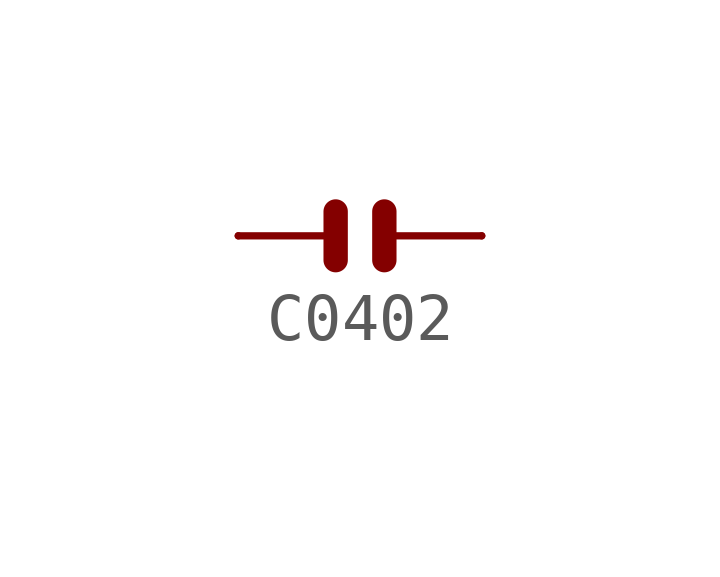
<source format=kicad_sym>
(kicad_symbol_lib
  (version 20231120)
  (generator "kicad_symbol_editor")
  (generator_version "8.0")
  (symbol "C0402"
    (property "Reference" ""
      (at -0.99 0.686 0)
      (effects (font (size 1.016 0.864)) (justify left bottom) (hide yes)))
    (property "ki_locked" ""
      (at 0 0 0)
      (effects (font (size 1.27 1.27))))
    (symbol "C0402_1_0"
      (polyline (pts (xy -2.54 0) (xy -0.635 0)) (stroke (width 0.152) (type solid)) (fill (type none)))
      (polyline (pts (xy -0.508 0.508) (xy -0.508 -0.508)) (stroke (width 0.508) (type solid)) (fill (type none)))
      (polyline (pts (xy 0.508 -0.508) (xy 0.508 0.508)) (stroke (width 0.508) (type solid)) (fill (type none)))
      (polyline (pts (xy 2.54 0) (xy 0.635 0)) (stroke (width 0.152) (type solid)) (fill (type none)))
      (pin passive line (at -2.54 0 0) (length 0) (name "1" (effects (font (size 0 0)))) (number "1" (effects (font (size 0 0)))))
      (pin passive line (at 2.54 0 180) (length 0) (name "2" (effects (font (size 0 0)))) (number "2" (effects (font (size 0 0))))))))
</source>
